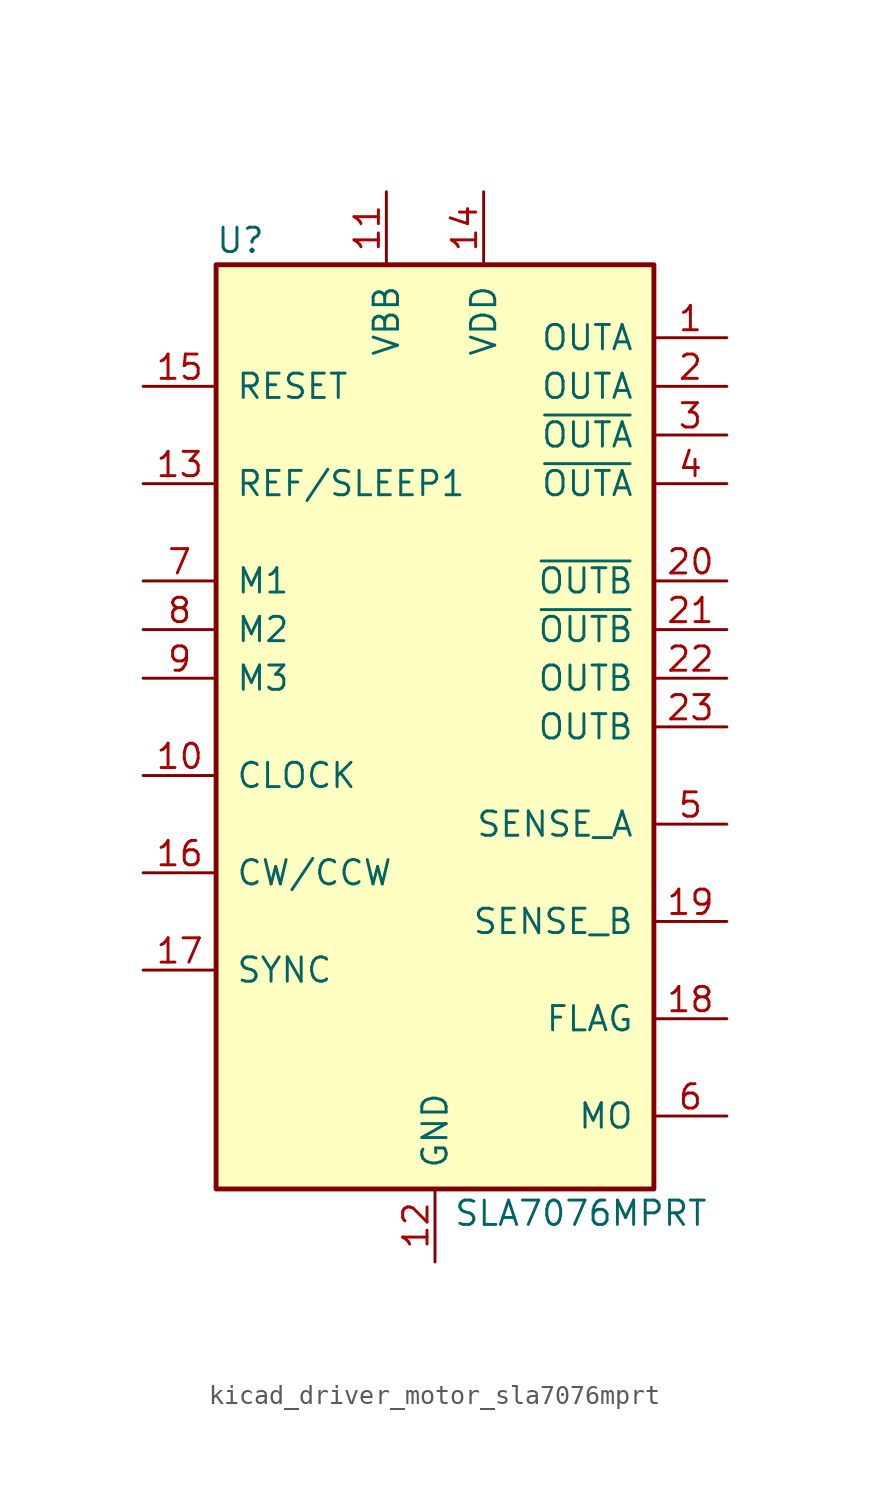
<source format=kicad_sym>
(kicad_symbol_lib
  (version 20220914)
  (generator kicad_symbol_editor)
  (symbol "kicad_driver_motor_sla7076mprt"
    (pin_names
      (offset 1.016))
    (property "Reference" "U"
      (at -10.16 25.4 0)
      (effects (font (size 1.27 1.27))))
    (property "Value" "SLA7076MPRT"
      (at 7.62 -25.4 0)
      (effects (font (size 1.27 1.27))))
    (symbol "kicad_driver_motor_sla7076mprt_0_1"
      (rectangle (start -11.43 24.13) (end 11.43 -24.13) (stroke (width 0.254) (type default)) (fill (type background))))
    (symbol "kicad_driver_motor_sla7076mprt_1_1"
      (pin output line (at 15.24 20.32 180) (length 3.81) (name "OUTA" (effects (font (size 1.27 1.27)))) (number "1" (effects (font (size 1.27 1.27)))))
      (pin input line (at -15.24 -2.54 0) (length 3.81) (name "CLOCK" (effects (font (size 1.27 1.27)))) (number "10" (effects (font (size 1.27 1.27)))))
      (pin power_in line (at -2.54 27.94 270) (length 3.81) (name "VBB" (effects (font (size 1.27 1.27)))) (number "11" (effects (font (size 1.27 1.27)))))
      (pin power_in line (at 0 -27.94 90) (length 3.81) (name "GND" (effects (font (size 1.27 1.27)))) (number "12" (effects (font (size 1.27 1.27)))))
      (pin input line (at -15.24 12.7 0) (length 3.81) (name "REF/SLEEP1" (effects (font (size 1.27 1.27)))) (number "13" (effects (font (size 1.27 1.27)))))
      (pin power_in line (at 2.54 27.94 270) (length 3.81) (name "VDD" (effects (font (size 1.27 1.27)))) (number "14" (effects (font (size 1.27 1.27)))))
      (pin input line (at -15.24 17.78 0) (length 3.81) (name "RESET" (effects (font (size 1.27 1.27)))) (number "15" (effects (font (size 1.27 1.27)))))
      (pin input line (at -15.24 -7.62 0) (length 3.81) (name "CW/CCW" (effects (font (size 1.27 1.27)))) (number "16" (effects (font (size 1.27 1.27)))))
      (pin input line (at -15.24 -12.7 0) (length 3.81) (name "SYNC" (effects (font (size 1.27 1.27)))) (number "17" (effects (font (size 1.27 1.27)))))
      (pin output line (at 15.24 -15.24 180) (length 3.81) (name "FLAG" (effects (font (size 1.27 1.27)))) (number "18" (effects (font (size 1.27 1.27)))))
      (pin output line (at 15.24 -10.16 180) (length 3.81) (name "SENSE_B" (effects (font (size 1.27 1.27)))) (number "19" (effects (font (size 1.27 1.27)))))
      (pin output line (at 15.24 17.78 180) (length 3.81) (name "OUTA" (effects (font (size 1.27 1.27)))) (number "2" (effects (font (size 1.27 1.27)))))
      (pin output line (at 15.24 7.62 180) (length 3.81) (name "~{OUTB}" (effects (font (size 1.27 1.27)))) (number "20" (effects (font (size 1.27 1.27)))))
      (pin output line (at 15.24 5.08 180) (length 3.81) (name "~{OUTB}" (effects (font (size 1.27 1.27)))) (number "21" (effects (font (size 1.27 1.27)))))
      (pin output line (at 15.24 2.54 180) (length 3.81) (name "OUTB" (effects (font (size 1.27 1.27)))) (number "22" (effects (font (size 1.27 1.27)))))
      (pin output line (at 15.24 0 180) (length 3.81) (name "OUTB" (effects (font (size 1.27 1.27)))) (number "23" (effects (font (size 1.27 1.27)))))
      (pin output line (at 15.24 15.24 180) (length 3.81) (name "~{OUTA}" (effects (font (size 1.27 1.27)))) (number "3" (effects (font (size 1.27 1.27)))))
      (pin output line (at 15.24 12.7 180) (length 3.81) (name "~{OUTA}" (effects (font (size 1.27 1.27)))) (number "4" (effects (font (size 1.27 1.27)))))
      (pin output line (at 15.24 -5.08 180) (length 3.81) (name "SENSE_A" (effects (font (size 1.27 1.27)))) (number "5" (effects (font (size 1.27 1.27)))))
      (pin output line (at 15.24 -20.32 180) (length 3.81) (name "MO" (effects (font (size 1.27 1.27)))) (number "6" (effects (font (size 1.27 1.27)))))
      (pin input line (at -15.24 7.62 0) (length 3.81) (name "M1" (effects (font (size 1.27 1.27)))) (number "7" (effects (font (size 1.27 1.27)))))
      (pin input line (at -15.24 5.08 0) (length 3.81) (name "M2" (effects (font (size 1.27 1.27)))) (number "8" (effects (font (size 1.27 1.27)))))
      (pin input line (at -15.24 2.54 0) (length 3.81) (name "M3" (effects (font (size 1.27 1.27)))) (number "9" (effects (font (size 1.27 1.27))))))))
</source>
